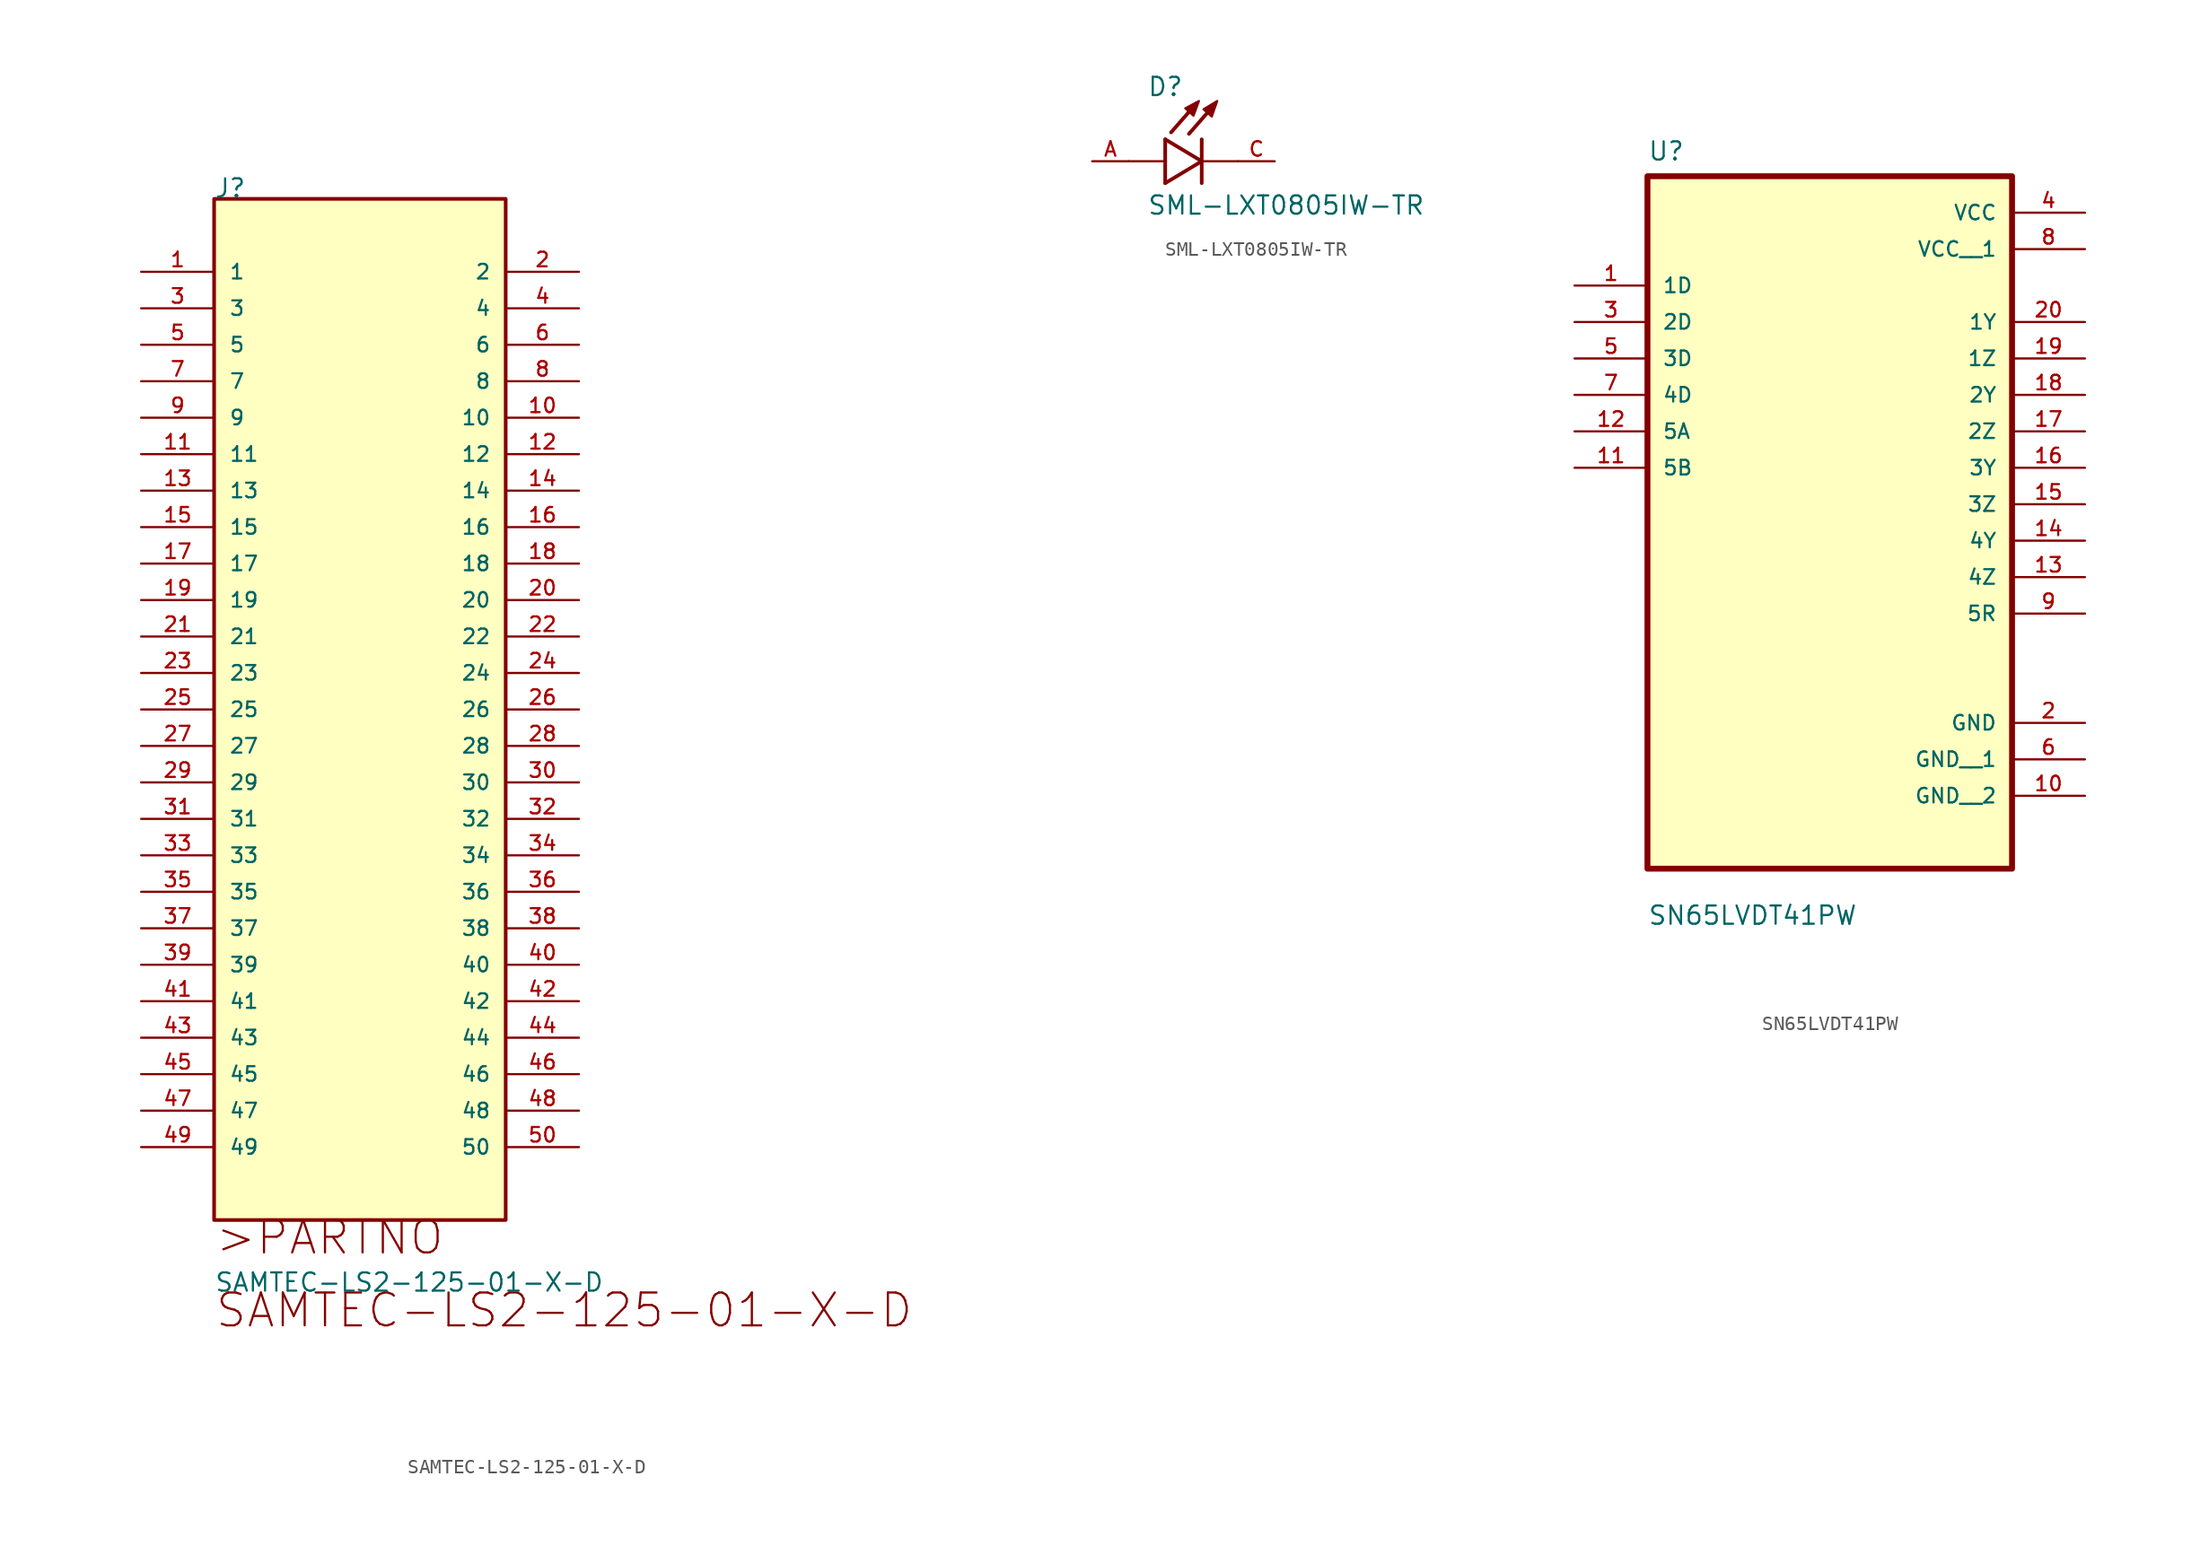
<source format=kicad_sym>
(kicad_symbol_lib
  (version 20231120)
  (generator "kicad_symbol_editor")
  (generator_version "8.0")
  (symbol "SAMTEC-LS2-125-01-X-D"
    (pin_names
      (offset 1.016))
    (property "Reference" "J"
      (at 0 5.08 0)
      (effects (font (size 1.27 1.27)) (justify left bottom)))
    (property "Value" "SAMTEC-LS2-125-01-X-D"
      (at 0 -71.12 0)
      (effects (font (size 1.27 1.27)) (justify left bottom)))
    (symbol "SAMTEC-LS2-125-01-X-D_0_0"
      (rectangle (start 0 -66.04) (end 20.3 5.08) (stroke (width 0.254) (type default)) (fill (type background)))
      (text ">PARTNO" (at 0 -68.58 0) (effects (font (size 2.286 2.286)) (justify left bottom)))
      (text "SAMTEC-LS2-125-01-X-D" (at 0 -73.66 0) (effects (font (size 2.286 2.286)) (justify left bottom)))
      (pin passive line (at -5.08 0 0) (length 5.08) (name "1" (effects (font (size 1.016 1.016)))) (number "1" (effects (font (size 1.016 1.016)))))
      (pin passive line (at 25.4 -10.16 180) (length 5.08) (name "10" (effects (font (size 1.016 1.016)))) (number "10" (effects (font (size 1.016 1.016)))))
      (pin passive line (at -5.08 -12.7 0) (length 5.08) (name "11" (effects (font (size 1.016 1.016)))) (number "11" (effects (font (size 1.016 1.016)))))
      (pin passive line (at 25.4 -12.7 180) (length 5.08) (name "12" (effects (font (size 1.016 1.016)))) (number "12" (effects (font (size 1.016 1.016)))))
      (pin passive line (at -5.08 -15.24 0) (length 5.08) (name "13" (effects (font (size 1.016 1.016)))) (number "13" (effects (font (size 1.016 1.016)))))
      (pin passive line (at 25.4 -15.24 180) (length 5.08) (name "14" (effects (font (size 1.016 1.016)))) (number "14" (effects (font (size 1.016 1.016)))))
      (pin passive line (at -5.08 -17.78 0) (length 5.08) (name "15" (effects (font (size 1.016 1.016)))) (number "15" (effects (font (size 1.016 1.016)))))
      (pin passive line (at 25.4 -17.78 180) (length 5.08) (name "16" (effects (font (size 1.016 1.016)))) (number "16" (effects (font (size 1.016 1.016)))))
      (pin passive line (at -5.08 -20.32 0) (length 5.08) (name "17" (effects (font (size 1.016 1.016)))) (number "17" (effects (font (size 1.016 1.016)))))
      (pin passive line (at 25.4 -20.32 180) (length 5.08) (name "18" (effects (font (size 1.016 1.016)))) (number "18" (effects (font (size 1.016 1.016)))))
      (pin passive line (at -5.08 -22.86 0) (length 5.08) (name "19" (effects (font (size 1.016 1.016)))) (number "19" (effects (font (size 1.016 1.016)))))
      (pin passive line (at 25.4 0 180) (length 5.08) (name "2" (effects (font (size 1.016 1.016)))) (number "2" (effects (font (size 1.016 1.016)))))
      (pin passive line (at 25.4 -22.86 180) (length 5.08) (name "20" (effects (font (size 1.016 1.016)))) (number "20" (effects (font (size 1.016 1.016)))))
      (pin passive line (at -5.08 -25.4 0) (length 5.08) (name "21" (effects (font (size 1.016 1.016)))) (number "21" (effects (font (size 1.016 1.016)))))
      (pin passive line (at 25.4 -25.4 180) (length 5.08) (name "22" (effects (font (size 1.016 1.016)))) (number "22" (effects (font (size 1.016 1.016)))))
      (pin passive line (at -5.08 -27.94 0) (length 5.08) (name "23" (effects (font (size 1.016 1.016)))) (number "23" (effects (font (size 1.016 1.016)))))
      (pin passive line (at 25.4 -27.94 180) (length 5.08) (name "24" (effects (font (size 1.016 1.016)))) (number "24" (effects (font (size 1.016 1.016)))))
      (pin passive line (at -5.08 -30.48 0) (length 5.08) (name "25" (effects (font (size 1.016 1.016)))) (number "25" (effects (font (size 1.016 1.016)))))
      (pin passive line (at 25.4 -30.48 180) (length 5.08) (name "26" (effects (font (size 1.016 1.016)))) (number "26" (effects (font (size 1.016 1.016)))))
      (pin passive line (at -5.08 -33.02 0) (length 5.08) (name "27" (effects (font (size 1.016 1.016)))) (number "27" (effects (font (size 1.016 1.016)))))
      (pin passive line (at 25.4 -33.02 180) (length 5.08) (name "28" (effects (font (size 1.016 1.016)))) (number "28" (effects (font (size 1.016 1.016)))))
      (pin passive line (at -5.08 -35.56 0) (length 5.08) (name "29" (effects (font (size 1.016 1.016)))) (number "29" (effects (font (size 1.016 1.016)))))
      (pin passive line (at -5.08 -2.54 0) (length 5.08) (name "3" (effects (font (size 1.016 1.016)))) (number "3" (effects (font (size 1.016 1.016)))))
      (pin passive line (at 25.4 -35.56 180) (length 5.08) (name "30" (effects (font (size 1.016 1.016)))) (number "30" (effects (font (size 1.016 1.016)))))
      (pin passive line (at -5.08 -38.1 0) (length 5.08) (name "31" (effects (font (size 1.016 1.016)))) (number "31" (effects (font (size 1.016 1.016)))))
      (pin passive line (at 25.4 -38.1 180) (length 5.08) (name "32" (effects (font (size 1.016 1.016)))) (number "32" (effects (font (size 1.016 1.016)))))
      (pin passive line (at -5.08 -40.64 0) (length 5.08) (name "33" (effects (font (size 1.016 1.016)))) (number "33" (effects (font (size 1.016 1.016)))))
      (pin passive line (at 25.4 -40.64 180) (length 5.08) (name "34" (effects (font (size 1.016 1.016)))) (number "34" (effects (font (size 1.016 1.016)))))
      (pin passive line (at -5.08 -43.18 0) (length 5.08) (name "35" (effects (font (size 1.016 1.016)))) (number "35" (effects (font (size 1.016 1.016)))))
      (pin passive line (at 25.4 -43.18 180) (length 5.08) (name "36" (effects (font (size 1.016 1.016)))) (number "36" (effects (font (size 1.016 1.016)))))
      (pin passive line (at -5.08 -45.72 0) (length 5.08) (name "37" (effects (font (size 1.016 1.016)))) (number "37" (effects (font (size 1.016 1.016)))))
      (pin passive line (at 25.4 -45.72 180) (length 5.08) (name "38" (effects (font (size 1.016 1.016)))) (number "38" (effects (font (size 1.016 1.016)))))
      (pin passive line (at -5.08 -48.26 0) (length 5.08) (name "39" (effects (font (size 1.016 1.016)))) (number "39" (effects (font (size 1.016 1.016)))))
      (pin passive line (at 25.4 -2.54 180) (length 5.08) (name "4" (effects (font (size 1.016 1.016)))) (number "4" (effects (font (size 1.016 1.016)))))
      (pin passive line (at 25.4 -48.26 180) (length 5.08) (name "40" (effects (font (size 1.016 1.016)))) (number "40" (effects (font (size 1.016 1.016)))))
      (pin passive line (at -5.08 -50.8 0) (length 5.08) (name "41" (effects (font (size 1.016 1.016)))) (number "41" (effects (font (size 1.016 1.016)))))
      (pin passive line (at 25.4 -50.8 180) (length 5.08) (name "42" (effects (font (size 1.016 1.016)))) (number "42" (effects (font (size 1.016 1.016)))))
      (pin passive line (at -5.08 -53.34 0) (length 5.08) (name "43" (effects (font (size 1.016 1.016)))) (number "43" (effects (font (size 1.016 1.016)))))
      (pin passive line (at 25.4 -53.34 180) (length 5.08) (name "44" (effects (font (size 1.016 1.016)))) (number "44" (effects (font (size 1.016 1.016)))))
      (pin passive line (at -5.08 -55.88 0) (length 5.08) (name "45" (effects (font (size 1.016 1.016)))) (number "45" (effects (font (size 1.016 1.016)))))
      (pin passive line (at 25.4 -55.88 180) (length 5.08) (name "46" (effects (font (size 1.016 1.016)))) (number "46" (effects (font (size 1.016 1.016)))))
      (pin passive line (at -5.08 -58.42 0) (length 5.08) (name "47" (effects (font (size 1.016 1.016)))) (number "47" (effects (font (size 1.016 1.016)))))
      (pin passive line (at 25.4 -58.42 180) (length 5.08) (name "48" (effects (font (size 1.016 1.016)))) (number "48" (effects (font (size 1.016 1.016)))))
      (pin passive line (at -5.08 -60.96 0) (length 5.08) (name "49" (effects (font (size 1.016 1.016)))) (number "49" (effects (font (size 1.016 1.016)))))
      (pin passive line (at -5.08 -5.08 0) (length 5.08) (name "5" (effects (font (size 1.016 1.016)))) (number "5" (effects (font (size 1.016 1.016)))))
      (pin passive line (at 25.4 -60.96 180) (length 5.08) (name "50" (effects (font (size 1.016 1.016)))) (number "50" (effects (font (size 1.016 1.016)))))
      (pin passive line (at 25.4 -5.08 180) (length 5.08) (name "6" (effects (font (size 1.016 1.016)))) (number "6" (effects (font (size 1.016 1.016)))))
      (pin passive line (at -5.08 -7.62 0) (length 5.08) (name "7" (effects (font (size 1.016 1.016)))) (number "7" (effects (font (size 1.016 1.016)))))
      (pin passive line (at 25.4 -7.62 180) (length 5.08) (name "8" (effects (font (size 1.016 1.016)))) (number "8" (effects (font (size 1.016 1.016)))))
      (pin passive line (at -5.08 -10.16 0) (length 5.08) (name "9" (effects (font (size 1.016 1.016)))) (number "9" (effects (font (size 1.016 1.016)))))))
  (symbol "SML-LXT0805IW-TR"
    (pin_names
      (offset 1.016))
    (property "Reference" "D"
      (at -3.81 4.445 0)
      (effects (font (size 1.27 1.27)) (justify left bottom)))
    (property "Value" "SML-LXT0805IW-TR"
      (at -3.81 -3.81 0)
      (effects (font (size 1.27 1.27)) (justify left bottom)))
    (symbol "SML-LXT0805IW-TR_0_0"
      (polyline (pts (xy -2.54 -1.524) (xy 0 0)) (stroke (width 0.254) (type default)) (fill (type none)))
      (polyline (pts (xy -2.54 0) (xy -5.08 0)) (stroke (width 0.152) (type default)) (fill (type none)))
      (polyline (pts (xy -2.54 0) (xy -2.54 -1.524)) (stroke (width 0.254) (type default)) (fill (type none)))
      (polyline (pts (xy -2.54 1.524) (xy -2.54 0)) (stroke (width 0.254) (type default)) (fill (type none)))
      (polyline (pts (xy -0.356 4.039) (xy -2.134 2.007)) (stroke (width 0.254) (type default)) (fill (type none)))
      (polyline (pts (xy 0 0) (xy -2.54 1.524)) (stroke (width 0.254) (type default)) (fill (type none)))
      (polyline (pts (xy 0 0) (xy 0 -1.524)) (stroke (width 0.254) (type default)) (fill (type none)))
      (polyline (pts (xy 0 1.524) (xy 0 0)) (stroke (width 0.254) (type default)) (fill (type none)))
      (polyline (pts (xy 0.889 3.937) (xy -0.889 1.905)) (stroke (width 0.254) (type default)) (fill (type none)))
      (polyline (pts (xy 2.54 0) (xy 0 0)) (stroke (width 0.152) (type default)) (fill (type none)))
      (polyline (pts (xy -1.143 3.683) (xy -0.572 3.175) (xy -0.191 4.191) (xy -1.143 3.683)) (stroke (width 0.152) (type default)) (fill (type outline)))
      (polyline (pts (xy 0.127 3.619) (xy 0.699 3.111) (xy 1.079 4.191) (xy 0.127 3.619)) (stroke (width 0.152) (type default)) (fill (type outline)))
      (pin passive line (at -7.62 0 0) (length 2.54) (name "~" (effects (font (size 1.016 1.016)))) (number "A" (effects (font (size 1.016 1.016)))))
      (pin passive line (at 5.08 0 180) (length 2.54) (name "~" (effects (font (size 1.016 1.016)))) (number "C" (effects (font (size 1.016 1.016)))))))
  (symbol "SN65LVDT41PW"
    (pin_names
      (offset 1.016))
    (property "Reference" "U"
      (at -12.7 21.32 0)
      (effects (font (size 1.27 1.27)) (justify left bottom)))
    (property "Value" "SN65LVDT41PW"
      (at -12.7 -31.94 0)
      (effects (font (size 1.27 1.27)) (justify left bottom)))
    (symbol "SN65LVDT41PW_0_0"
      (rectangle (start -12.7 -27.94) (end 12.7 20.32) (stroke (width 0.41) (type default)) (fill (type background)))
      (pin input line (at -17.78 12.7 0) (length 5.08) (name "1D" (effects (font (size 1.016 1.016)))) (number "1" (effects (font (size 1.016 1.016)))))
      (pin power_in line (at 17.78 -22.86 180) (length 5.08) (name "GND__2" (effects (font (size 1.016 1.016)))) (number "10" (effects (font (size 1.016 1.016)))))
      (pin input line (at -17.78 0 0) (length 5.08) (name "5B" (effects (font (size 1.016 1.016)))) (number "11" (effects (font (size 1.016 1.016)))))
      (pin input line (at -17.78 2.54 0) (length 5.08) (name "5A" (effects (font (size 1.016 1.016)))) (number "12" (effects (font (size 1.016 1.016)))))
      (pin output line (at 17.78 -7.62 180) (length 5.08) (name "4Z" (effects (font (size 1.016 1.016)))) (number "13" (effects (font (size 1.016 1.016)))))
      (pin output line (at 17.78 -5.08 180) (length 5.08) (name "4Y" (effects (font (size 1.016 1.016)))) (number "14" (effects (font (size 1.016 1.016)))))
      (pin output line (at 17.78 -2.54 180) (length 5.08) (name "3Z" (effects (font (size 1.016 1.016)))) (number "15" (effects (font (size 1.016 1.016)))))
      (pin output line (at 17.78 0 180) (length 5.08) (name "3Y" (effects (font (size 1.016 1.016)))) (number "16" (effects (font (size 1.016 1.016)))))
      (pin output line (at 17.78 2.54 180) (length 5.08) (name "2Z" (effects (font (size 1.016 1.016)))) (number "17" (effects (font (size 1.016 1.016)))))
      (pin output line (at 17.78 5.08 180) (length 5.08) (name "2Y" (effects (font (size 1.016 1.016)))) (number "18" (effects (font (size 1.016 1.016)))))
      (pin output line (at 17.78 7.62 180) (length 5.08) (name "1Z" (effects (font (size 1.016 1.016)))) (number "19" (effects (font (size 1.016 1.016)))))
      (pin power_in line (at 17.78 -17.78 180) (length 5.08) (name "GND" (effects (font (size 1.016 1.016)))) (number "2" (effects (font (size 1.016 1.016)))))
      (pin output line (at 17.78 10.16 180) (length 5.08) (name "1Y" (effects (font (size 1.016 1.016)))) (number "20" (effects (font (size 1.016 1.016)))))
      (pin input line (at -17.78 10.16 0) (length 5.08) (name "2D" (effects (font (size 1.016 1.016)))) (number "3" (effects (font (size 1.016 1.016)))))
      (pin power_in line (at 17.78 17.78 180) (length 5.08) (name "VCC" (effects (font (size 1.016 1.016)))) (number "4" (effects (font (size 1.016 1.016)))))
      (pin input line (at -17.78 7.62 0) (length 5.08) (name "3D" (effects (font (size 1.016 1.016)))) (number "5" (effects (font (size 1.016 1.016)))))
      (pin power_in line (at 17.78 -20.32 180) (length 5.08) (name "GND__1" (effects (font (size 1.016 1.016)))) (number "6" (effects (font (size 1.016 1.016)))))
      (pin input line (at -17.78 5.08 0) (length 5.08) (name "4D" (effects (font (size 1.016 1.016)))) (number "7" (effects (font (size 1.016 1.016)))))
      (pin power_in line (at 17.78 15.24 180) (length 5.08) (name "VCC__1" (effects (font (size 1.016 1.016)))) (number "8" (effects (font (size 1.016 1.016)))))
      (pin output line (at 17.78 -10.16 180) (length 5.08) (name "5R" (effects (font (size 1.016 1.016)))) (number "9" (effects (font (size 1.016 1.016))))))))
</source>
